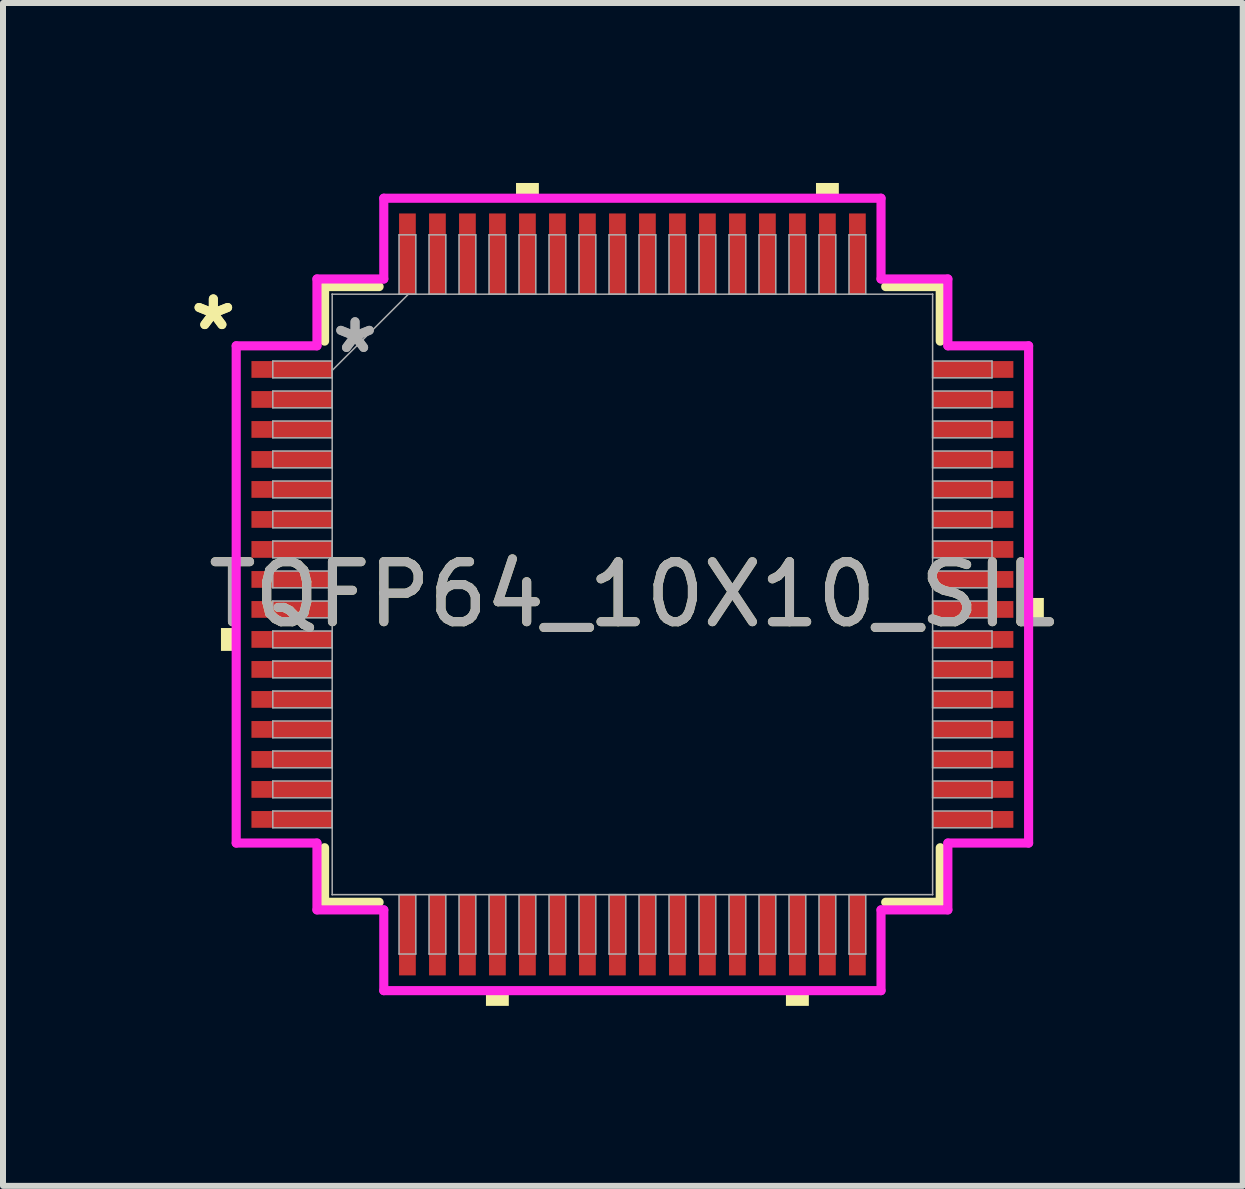
<source format=kicad_pcb>
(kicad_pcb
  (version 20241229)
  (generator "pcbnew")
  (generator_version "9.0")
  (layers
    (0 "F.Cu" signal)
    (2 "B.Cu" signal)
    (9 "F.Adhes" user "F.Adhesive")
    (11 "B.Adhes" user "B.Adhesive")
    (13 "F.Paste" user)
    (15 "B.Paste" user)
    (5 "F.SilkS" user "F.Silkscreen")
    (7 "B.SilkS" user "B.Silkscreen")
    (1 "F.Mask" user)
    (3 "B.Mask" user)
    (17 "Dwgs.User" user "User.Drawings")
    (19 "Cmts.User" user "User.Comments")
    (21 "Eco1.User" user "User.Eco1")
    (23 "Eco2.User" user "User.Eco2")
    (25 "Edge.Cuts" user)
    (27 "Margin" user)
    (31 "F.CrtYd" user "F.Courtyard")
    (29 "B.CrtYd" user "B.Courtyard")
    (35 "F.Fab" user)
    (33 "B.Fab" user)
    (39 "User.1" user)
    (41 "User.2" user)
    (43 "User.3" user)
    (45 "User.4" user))
  (footprint "TQFP64_10X10_SIL"
    (layer "F.Cu")
    (at 7.491 6.858)
    (property "Reference" "TQFP64_10X10_SIL" (at 0 0 0) (unlocked yes) (layer "F.SilkS") (effects (font (size 1 1) (thickness 0.15))))
    (attr smd)
    (fp_line (start -5.131 -5.131) (end -5.131 -4.222) (stroke (width 0.152) (type solid)) (layer "F.SilkS"))
    (fp_line (start -5.131 4.222) (end -5.131 5.131) (stroke (width 0.152) (type solid)) (layer "F.SilkS"))
    (fp_line (start -5.131 5.131) (end -4.222 5.131) (stroke (width 0.152) (type solid)) (layer "F.SilkS"))
    (fp_line (start -4.222 -5.131) (end -5.131 -5.131) (stroke (width 0.152) (type solid)) (layer "F.SilkS"))
    (fp_line (start 4.222 5.131) (end 5.131 5.131) (stroke (width 0.152) (type solid)) (layer "F.SilkS"))
    (fp_line (start 5.131 -5.131) (end 4.222 -5.131) (stroke (width 0.152) (type solid)) (layer "F.SilkS"))
    (fp_line (start 5.131 -4.222) (end 5.131 -5.131) (stroke (width 0.152) (type solid)) (layer "F.SilkS"))
    (fp_line (start 5.131 5.131) (end 5.131 4.222) (stroke (width 0.152) (type solid)) (layer "F.SilkS"))
    (fp_poly (pts (xy -6.858 0.56) (xy -6.858 0.941) (xy -6.604 0.941) (xy -6.604 0.56)) (stroke (width 0) (type solid)) (fill yes) (layer "F.SilkS"))
    (fp_poly (pts (xy -2.441 6.604) (xy -2.441 6.858) (xy -2.06 6.858) (xy -2.06 6.604)) (stroke (width 0) (type solid)) (fill yes) (layer "F.SilkS"))
    (fp_poly (pts (xy -1.94 -6.604) (xy -1.94 -6.858) (xy -1.559 -6.858) (xy -1.559 -6.604)) (stroke (width 0) (type solid)) (fill yes) (layer "F.SilkS"))
    (fp_poly (pts (xy 2.559 6.604) (xy 2.559 6.858) (xy 2.941 6.858) (xy 2.941 6.604)) (stroke (width 0) (type solid)) (fill yes) (layer "F.SilkS"))
    (fp_poly (pts (xy 3.06 -6.604) (xy 3.06 -6.858) (xy 3.441 -6.858) (xy 3.441 -6.604)) (stroke (width 0) (type solid)) (fill yes) (layer "F.SilkS"))
    (fp_poly (pts (xy 6.858 0.059) (xy 6.858 0.441) (xy 6.604 0.441) (xy 6.604 0.059)) (stroke (width 0) (type solid)) (fill yes) (layer "F.SilkS"))
    (fp_line (start -6.604 -4.144) (end -5.258 -4.144) (stroke (width 0.152) (type solid)) (layer "F.CrtYd"))
    (fp_line (start -6.604 4.144) (end -6.604 -4.144) (stroke (width 0.152) (type solid)) (layer "F.CrtYd"))
    (fp_line (start -5.258 -5.258) (end -4.144 -5.258) (stroke (width 0.152) (type solid)) (layer "F.CrtYd"))
    (fp_line (start -5.258 -4.144) (end -5.258 -5.258) (stroke (width 0.152) (type solid)) (layer "F.CrtYd"))
    (fp_line (start -5.258 4.144) (end -6.604 4.144) (stroke (width 0.152) (type solid)) (layer "F.CrtYd"))
    (fp_line (start -5.258 5.258) (end -5.258 4.144) (stroke (width 0.152) (type solid)) (layer "F.CrtYd"))
    (fp_line (start -5.258 5.258) (end -4.144 5.258) (stroke (width 0.152) (type solid)) (layer "F.CrtYd"))
    (fp_line (start -4.144 -6.604) (end 4.144 -6.604) (stroke (width 0.152) (type solid)) (layer "F.CrtYd"))
    (fp_line (start -4.144 -5.258) (end -4.144 -6.604) (stroke (width 0.152) (type solid)) (layer "F.CrtYd"))
    (fp_line (start -4.144 5.258) (end -4.144 6.604) (stroke (width 0.152) (type solid)) (layer "F.CrtYd"))
    (fp_line (start -4.144 6.604) (end 4.144 6.604) (stroke (width 0.152) (type solid)) (layer "F.CrtYd"))
    (fp_line (start 4.144 -6.604) (end 4.144 -5.258) (stroke (width 0.152) (type solid)) (layer "F.CrtYd"))
    (fp_line (start 4.144 -5.258) (end 5.258 -5.258) (stroke (width 0.152) (type solid)) (layer "F.CrtYd"))
    (fp_line (start 4.144 5.258) (end 5.258 5.258) (stroke (width 0.152) (type solid)) (layer "F.CrtYd"))
    (fp_line (start 4.144 6.604) (end 4.144 5.258) (stroke (width 0.152) (type solid)) (layer "F.CrtYd"))
    (fp_line (start 5.258 -4.144) (end 5.258 -5.258) (stroke (width 0.152) (type solid)) (layer "F.CrtYd"))
    (fp_line (start 5.258 4.144) (end 6.604 4.144) (stroke (width 0.152) (type solid)) (layer "F.CrtYd"))
    (fp_line (start 5.258 5.258) (end 5.258 4.144) (stroke (width 0.152) (type solid)) (layer "F.CrtYd"))
    (fp_line (start 6.604 -4.144) (end 5.258 -4.144) (stroke (width 0.152) (type solid)) (layer "F.CrtYd"))
    (fp_line (start 6.604 4.144) (end 6.604 -4.144) (stroke (width 0.152) (type solid)) (layer "F.CrtYd"))
    (fp_line (start -5.994 -3.89) (end -5.994 -3.61) (stroke (width 0.025) (type solid)) (layer "F.Fab"))
    (fp_line (start -5.994 -3.61) (end -5.004 -3.61) (stroke (width 0.025) (type solid)) (layer "F.Fab"))
    (fp_line (start -5.994 -3.39) (end -5.994 -3.11) (stroke (width 0.025) (type solid)) (layer "F.Fab"))
    (fp_line (start -5.994 -3.11) (end -5.004 -3.11) (stroke (width 0.025) (type solid)) (layer "F.Fab"))
    (fp_line (start -5.994 -2.89) (end -5.994 -2.61) (stroke (width 0.025) (type solid)) (layer "F.Fab"))
    (fp_line (start -5.994 -2.61) (end -5.004 -2.61) (stroke (width 0.025) (type solid)) (layer "F.Fab"))
    (fp_line (start -5.994 -2.39) (end -5.994 -2.11) (stroke (width 0.025) (type solid)) (layer "F.Fab"))
    (fp_line (start -5.994 -2.11) (end -5.004 -2.11) (stroke (width 0.025) (type solid)) (layer "F.Fab"))
    (fp_line (start -5.994 -1.89) (end -5.994 -1.61) (stroke (width 0.025) (type solid)) (layer "F.Fab"))
    (fp_line (start -5.994 -1.61) (end -5.004 -1.61) (stroke (width 0.025) (type solid)) (layer "F.Fab"))
    (fp_line (start -5.994 -1.39) (end -5.994 -1.11) (stroke (width 0.025) (type solid)) (layer "F.Fab"))
    (fp_line (start -5.994 -1.11) (end -5.004 -1.11) (stroke (width 0.025) (type solid)) (layer "F.Fab"))
    (fp_line (start -5.994 -0.89) (end -5.994 -0.61) (stroke (width 0.025) (type solid)) (layer "F.Fab"))
    (fp_line (start -5.994 -0.61) (end -5.004 -0.61) (stroke (width 0.025) (type solid)) (layer "F.Fab"))
    (fp_line (start -5.994 -0.39) (end -5.994 -0.11) (stroke (width 0.025) (type solid)) (layer "F.Fab"))
    (fp_line (start -5.994 -0.11) (end -5.004 -0.11) (stroke (width 0.025) (type solid)) (layer "F.Fab"))
    (fp_line (start -5.994 0.11) (end -5.994 0.39) (stroke (width 0.025) (type solid)) (layer "F.Fab"))
    (fp_line (start -5.994 0.39) (end -5.004 0.39) (stroke (width 0.025) (type solid)) (layer "F.Fab"))
    (fp_line (start -5.994 0.61) (end -5.994 0.89) (stroke (width 0.025) (type solid)) (layer "F.Fab"))
    (fp_line (start -5.994 0.89) (end -5.004 0.89) (stroke (width 0.025) (type solid)) (layer "F.Fab"))
    (fp_line (start -5.994 1.11) (end -5.994 1.39) (stroke (width 0.025) (type solid)) (layer "F.Fab"))
    (fp_line (start -5.994 1.39) (end -5.004 1.39) (stroke (width 0.025) (type solid)) (layer "F.Fab"))
    (fp_line (start -5.994 1.61) (end -5.994 1.89) (stroke (width 0.025) (type solid)) (layer "F.Fab"))
    (fp_line (start -5.994 1.89) (end -5.004 1.89) (stroke (width 0.025) (type solid)) (layer "F.Fab"))
    (fp_line (start -5.994 2.11) (end -5.994 2.39) (stroke (width 0.025) (type solid)) (layer "F.Fab"))
    (fp_line (start -5.994 2.39) (end -5.004 2.39) (stroke (width 0.025) (type solid)) (layer "F.Fab"))
    (fp_line (start -5.994 2.61) (end -5.994 2.89) (stroke (width 0.025) (type solid)) (layer "F.Fab"))
    (fp_line (start -5.994 2.89) (end -5.004 2.89) (stroke (width 0.025) (type solid)) (layer "F.Fab"))
    (fp_line (start -5.994 3.11) (end -5.994 3.39) (stroke (width 0.025) (type solid)) (layer "F.Fab"))
    (fp_line (start -5.994 3.39) (end -5.004 3.39) (stroke (width 0.025) (type solid)) (layer "F.Fab"))
    (fp_line (start -5.994 3.61) (end -5.994 3.89) (stroke (width 0.025) (type solid)) (layer "F.Fab"))
    (fp_line (start -5.994 3.89) (end -5.004 3.89) (stroke (width 0.025) (type solid)) (layer "F.Fab"))
    (fp_line (start -5.004 -5.004) (end -5.004 -5.004) (stroke (width 0.025) (type solid)) (layer "F.Fab"))
    (fp_line (start -5.004 -5.004) (end -5.004 5.004) (stroke (width 0.025) (type solid)) (layer "F.Fab"))
    (fp_line (start -5.004 -3.89) (end -5.994 -3.89) (stroke (width 0.025) (type solid)) (layer "F.Fab"))
    (fp_line (start -5.004 -3.734) (end -3.734 -5.004) (stroke (width 0.025) (type solid)) (layer "F.Fab"))
    (fp_line (start -5.004 -3.61) (end -5.004 -3.89) (stroke (width 0.025) (type solid)) (layer "F.Fab"))
    (fp_line (start -5.004 -3.39) (end -5.994 -3.39) (stroke (width 0.025) (type solid)) (layer "F.Fab"))
    (fp_line (start -5.004 -3.11) (end -5.004 -3.39) (stroke (width 0.025) (type solid)) (layer "F.Fab"))
    (fp_line (start -5.004 -2.89) (end -5.994 -2.89) (stroke (width 0.025) (type solid)) (layer "F.Fab"))
    (fp_line (start -5.004 -2.61) (end -5.004 -2.89) (stroke (width 0.025) (type solid)) (layer "F.Fab"))
    (fp_line (start -5.004 -2.39) (end -5.994 -2.39) (stroke (width 0.025) (type solid)) (layer "F.Fab"))
    (fp_line (start -5.004 -2.11) (end -5.004 -2.39) (stroke (width 0.025) (type solid)) (layer "F.Fab"))
    (fp_line (start -5.004 -1.89) (end -5.994 -1.89) (stroke (width 0.025) (type solid)) (layer "F.Fab"))
    (fp_line (start -5.004 -1.61) (end -5.004 -1.89) (stroke (width 0.025) (type solid)) (layer "F.Fab"))
    (fp_line (start -5.004 -1.39) (end -5.994 -1.39) (stroke (width 0.025) (type solid)) (layer "F.Fab"))
    (fp_line (start -5.004 -1.11) (end -5.004 -1.39) (stroke (width 0.025) (type solid)) (layer "F.Fab"))
    (fp_line (start -5.004 -0.89) (end -5.994 -0.89) (stroke (width 0.025) (type solid)) (layer "F.Fab"))
    (fp_line (start -5.004 -0.61) (end -5.004 -0.89) (stroke (width 0.025) (type solid)) (layer "F.Fab"))
    (fp_line (start -5.004 -0.39) (end -5.994 -0.39) (stroke (width 0.025) (type solid)) (layer "F.Fab"))
    (fp_line (start -5.004 -0.11) (end -5.004 -0.39) (stroke (width 0.025) (type solid)) (layer "F.Fab"))
    (fp_line (start -5.004 0.11) (end -5.994 0.11) (stroke (width 0.025) (type solid)) (layer "F.Fab"))
    (fp_line (start -5.004 0.39) (end -5.004 0.11) (stroke (width 0.025) (type solid)) (layer "F.Fab"))
    (fp_line (start -5.004 0.61) (end -5.994 0.61) (stroke (width 0.025) (type solid)) (layer "F.Fab"))
    (fp_line (start -5.004 0.89) (end -5.004 0.61) (stroke (width 0.025) (type solid)) (layer "F.Fab"))
    (fp_line (start -5.004 1.11) (end -5.994 1.11) (stroke (width 0.025) (type solid)) (layer "F.Fab"))
    (fp_line (start -5.004 1.39) (end -5.004 1.11) (stroke (width 0.025) (type solid)) (layer "F.Fab"))
    (fp_line (start -5.004 1.61) (end -5.994 1.61) (stroke (width 0.025) (type solid)) (layer "F.Fab"))
    (fp_line (start -5.004 1.89) (end -5.004 1.61) (stroke (width 0.025) (type solid)) (layer "F.Fab"))
    (fp_line (start -5.004 2.11) (end -5.994 2.11) (stroke (width 0.025) (type solid)) (layer "F.Fab"))
    (fp_line (start -5.004 2.39) (end -5.004 2.11) (stroke (width 0.025) (type solid)) (layer "F.Fab"))
    (fp_line (start -5.004 2.61) (end -5.994 2.61) (stroke (width 0.025) (type solid)) (layer "F.Fab"))
    (fp_line (start -5.004 2.89) (end -5.004 2.61) (stroke (width 0.025) (type solid)) (layer "F.Fab"))
    (fp_line (start -5.004 3.11) (end -5.994 3.11) (stroke (width 0.025) (type solid)) (layer "F.Fab"))
    (fp_line (start -5.004 3.39) (end -5.004 3.11) (stroke (width 0.025) (type solid)) (layer "F.Fab"))
    (fp_line (start -5.004 3.61) (end -5.994 3.61) (stroke (width 0.025) (type solid)) (layer "F.Fab"))
    (fp_line (start -5.004 3.89) (end -5.004 3.61) (stroke (width 0.025) (type solid)) (layer "F.Fab"))
    (fp_line (start -5.004 5.004) (end -5.004 5.004) (stroke (width 0.025) (type solid)) (layer "F.Fab"))
    (fp_line (start -5.004 5.004) (end 5.004 5.004) (stroke (width 0.025) (type solid)) (layer "F.Fab"))
    (fp_line (start -3.89 -5.994) (end -3.89 -5.004) (stroke (width 0.025) (type solid)) (layer "F.Fab"))
    (fp_line (start -3.89 -5.004) (end -3.61 -5.004) (stroke (width 0.025) (type solid)) (layer "F.Fab"))
    (fp_line (start -3.89 5.004) (end -3.89 5.994) (stroke (width 0.025) (type solid)) (layer "F.Fab"))
    (fp_line (start -3.89 5.994) (end -3.61 5.994) (stroke (width 0.025) (type solid)) (layer "F.Fab"))
    (fp_line (start -3.61 -5.994) (end -3.89 -5.994) (stroke (width 0.025) (type solid)) (layer "F.Fab"))
    (fp_line (start -3.61 -5.004) (end -3.61 -5.994) (stroke (width 0.025) (type solid)) (layer "F.Fab"))
    (fp_line (start -3.61 5.004) (end -3.89 5.004) (stroke (width 0.025) (type solid)) (layer "F.Fab"))
    (fp_line (start -3.61 5.994) (end -3.61 5.004) (stroke (width 0.025) (type solid)) (layer "F.Fab"))
    (fp_line (start -3.39 -5.994) (end -3.39 -5.004) (stroke (width 0.025) (type solid)) (layer "F.Fab"))
    (fp_line (start -3.39 -5.004) (end -3.11 -5.004) (stroke (width 0.025) (type solid)) (layer "F.Fab"))
    (fp_line (start -3.39 5.004) (end -3.39 5.994) (stroke (width 0.025) (type solid)) (layer "F.Fab"))
    (fp_line (start -3.39 5.994) (end -3.11 5.994) (stroke (width 0.025) (type solid)) (layer "F.Fab"))
    (fp_line (start -3.11 -5.994) (end -3.39 -5.994) (stroke (width 0.025) (type solid)) (layer "F.Fab"))
    (fp_line (start -3.11 -5.004) (end -3.11 -5.994) (stroke (width 0.025) (type solid)) (layer "F.Fab"))
    (fp_line (start -3.11 5.004) (end -3.39 5.004) (stroke (width 0.025) (type solid)) (layer "F.Fab"))
    (fp_line (start -3.11 5.994) (end -3.11 5.004) (stroke (width 0.025) (type solid)) (layer "F.Fab"))
    (fp_line (start -2.89 -5.994) (end -2.89 -5.004) (stroke (width 0.025) (type solid)) (layer "F.Fab"))
    (fp_line (start -2.89 -5.004) (end -2.61 -5.004) (stroke (width 0.025) (type solid)) (layer "F.Fab"))
    (fp_line (start -2.89 5.004) (end -2.89 5.994) (stroke (width 0.025) (type solid)) (layer "F.Fab"))
    (fp_line (start -2.89 5.994) (end -2.61 5.994) (stroke (width 0.025) (type solid)) (layer "F.Fab"))
    (fp_line (start -2.61 -5.994) (end -2.89 -5.994) (stroke (width 0.025) (type solid)) (layer "F.Fab"))
    (fp_line (start -2.61 -5.004) (end -2.61 -5.994) (stroke (width 0.025) (type solid)) (layer "F.Fab"))
    (fp_line (start -2.61 5.004) (end -2.89 5.004) (stroke (width 0.025) (type solid)) (layer "F.Fab"))
    (fp_line (start -2.61 5.994) (end -2.61 5.004) (stroke (width 0.025) (type solid)) (layer "F.Fab"))
    (fp_line (start -2.39 -5.994) (end -2.39 -5.004) (stroke (width 0.025) (type solid)) (layer "F.Fab"))
    (fp_line (start -2.39 -5.004) (end -2.11 -5.004) (stroke (width 0.025) (type solid)) (layer "F.Fab"))
    (fp_line (start -2.39 5.004) (end -2.39 5.994) (stroke (width 0.025) (type solid)) (layer "F.Fab"))
    (fp_line (start -2.39 5.994) (end -2.11 5.994) (stroke (width 0.025) (type solid)) (layer "F.Fab"))
    (fp_line (start -2.11 -5.994) (end -2.39 -5.994) (stroke (width 0.025) (type solid)) (layer "F.Fab"))
    (fp_line (start -2.11 -5.004) (end -2.11 -5.994) (stroke (width 0.025) (type solid)) (layer "F.Fab"))
    (fp_line (start -2.11 5.004) (end -2.39 5.004) (stroke (width 0.025) (type solid)) (layer "F.Fab"))
    (fp_line (start -2.11 5.994) (end -2.11 5.004) (stroke (width 0.025) (type solid)) (layer "F.Fab"))
    (fp_line (start -1.89 -5.994) (end -1.89 -5.004) (stroke (width 0.025) (type solid)) (layer "F.Fab"))
    (fp_line (start -1.89 -5.004) (end -1.61 -5.004) (stroke (width 0.025) (type solid)) (layer "F.Fab"))
    (fp_line (start -1.89 5.004) (end -1.89 5.994) (stroke (width 0.025) (type solid)) (layer "F.Fab"))
    (fp_line (start -1.89 5.994) (end -1.61 5.994) (stroke (width 0.025) (type solid)) (layer "F.Fab"))
    (fp_line (start -1.61 -5.994) (end -1.89 -5.994) (stroke (width 0.025) (type solid)) (layer "F.Fab"))
    (fp_line (start -1.61 -5.004) (end -1.61 -5.994) (stroke (width 0.025) (type solid)) (layer "F.Fab"))
    (fp_line (start -1.61 5.004) (end -1.89 5.004) (stroke (width 0.025) (type solid)) (layer "F.Fab"))
    (fp_line (start -1.61 5.994) (end -1.61 5.004) (stroke (width 0.025) (type solid)) (layer "F.Fab"))
    (fp_line (start -1.39 -5.994) (end -1.39 -5.004) (stroke (width 0.025) (type solid)) (layer "F.Fab"))
    (fp_line (start -1.39 -5.004) (end -1.11 -5.004) (stroke (width 0.025) (type solid)) (layer "F.Fab"))
    (fp_line (start -1.39 5.004) (end -1.39 5.994) (stroke (width 0.025) (type solid)) (layer "F.Fab"))
    (fp_line (start -1.39 5.994) (end -1.11 5.994) (stroke (width 0.025) (type solid)) (layer "F.Fab"))
    (fp_line (start -1.11 -5.994) (end -1.39 -5.994) (stroke (width 0.025) (type solid)) (layer "F.Fab"))
    (fp_line (start -1.11 -5.004) (end -1.11 -5.994) (stroke (width 0.025) (type solid)) (layer "F.Fab"))
    (fp_line (start -1.11 5.004) (end -1.39 5.004) (stroke (width 0.025) (type solid)) (layer "F.Fab"))
    (fp_line (start -1.11 5.994) (end -1.11 5.004) (stroke (width 0.025) (type solid)) (layer "F.Fab"))
    (fp_line (start -0.89 -5.994) (end -0.89 -5.004) (stroke (width 0.025) (type solid)) (layer "F.Fab"))
    (fp_line (start -0.89 -5.004) (end -0.61 -5.004) (stroke (width 0.025) (type solid)) (layer "F.Fab"))
    (fp_line (start -0.89 5.004) (end -0.89 5.994) (stroke (width 0.025) (type solid)) (layer "F.Fab"))
    (fp_line (start -0.89 5.994) (end -0.61 5.994) (stroke (width 0.025) (type solid)) (layer "F.Fab"))
    (fp_line (start -0.61 -5.994) (end -0.89 -5.994) (stroke (width 0.025) (type solid)) (layer "F.Fab"))
    (fp_line (start -0.61 -5.004) (end -0.61 -5.994) (stroke (width 0.025) (type solid)) (layer "F.Fab"))
    (fp_line (start -0.61 5.004) (end -0.89 5.004) (stroke (width 0.025) (type solid)) (layer "F.Fab"))
    (fp_line (start -0.61 5.994) (end -0.61 5.004) (stroke (width 0.025) (type solid)) (layer "F.Fab"))
    (fp_line (start -0.39 -5.994) (end -0.39 -5.004) (stroke (width 0.025) (type solid)) (layer "F.Fab"))
    (fp_line (start -0.39 -5.004) (end -0.11 -5.004) (stroke (width 0.025) (type solid)) (layer "F.Fab"))
    (fp_line (start -0.39 5.004) (end -0.39 5.994) (stroke (width 0.025) (type solid)) (layer "F.Fab"))
    (fp_line (start -0.39 5.994) (end -0.11 5.994) (stroke (width 0.025) (type solid)) (layer "F.Fab"))
    (fp_line (start -0.11 -5.994) (end -0.39 -5.994) (stroke (width 0.025) (type solid)) (layer "F.Fab"))
    (fp_line (start -0.11 -5.004) (end -0.11 -5.994) (stroke (width 0.025) (type solid)) (layer "F.Fab"))
    (fp_line (start -0.11 5.004) (end -0.39 5.004) (stroke (width 0.025) (type solid)) (layer "F.Fab"))
    (fp_line (start -0.11 5.994) (end -0.11 5.004) (stroke (width 0.025) (type solid)) (layer "F.Fab"))
    (fp_line (start 0.11 -5.994) (end 0.11 -5.004) (stroke (width 0.025) (type solid)) (layer "F.Fab"))
    (fp_line (start 0.11 -5.004) (end 0.39 -5.004) (stroke (width 0.025) (type solid)) (layer "F.Fab"))
    (fp_line (start 0.11 5.004) (end 0.11 5.994) (stroke (width 0.025) (type solid)) (layer "F.Fab"))
    (fp_line (start 0.11 5.994) (end 0.39 5.994) (stroke (width 0.025) (type solid)) (layer "F.Fab"))
    (fp_line (start 0.39 -5.994) (end 0.11 -5.994) (stroke (width 0.025) (type solid)) (layer "F.Fab"))
    (fp_line (start 0.39 -5.004) (end 0.39 -5.994) (stroke (width 0.025) (type solid)) (layer "F.Fab"))
    (fp_line (start 0.39 5.004) (end 0.11 5.004) (stroke (width 0.025) (type solid)) (layer "F.Fab"))
    (fp_line (start 0.39 5.994) (end 0.39 5.004) (stroke (width 0.025) (type solid)) (layer "F.Fab"))
    (fp_line (start 0.61 -5.994) (end 0.61 -5.004) (stroke (width 0.025) (type solid)) (layer "F.Fab"))
    (fp_line (start 0.61 -5.004) (end 0.89 -5.004) (stroke (width 0.025) (type solid)) (layer "F.Fab"))
    (fp_line (start 0.61 5.004) (end 0.61 5.994) (stroke (width 0.025) (type solid)) (layer "F.Fab"))
    (fp_line (start 0.61 5.994) (end 0.89 5.994) (stroke (width 0.025) (type solid)) (layer "F.Fab"))
    (fp_line (start 0.89 -5.994) (end 0.61 -5.994) (stroke (width 0.025) (type solid)) (layer "F.Fab"))
    (fp_line (start 0.89 -5.004) (end 0.89 -5.994) (stroke (width 0.025) (type solid)) (layer "F.Fab"))
    (fp_line (start 0.89 5.004) (end 0.61 5.004) (stroke (width 0.025) (type solid)) (layer "F.Fab"))
    (fp_line (start 0.89 5.994) (end 0.89 5.004) (stroke (width 0.025) (type solid)) (layer "F.Fab"))
    (fp_line (start 1.11 -5.994) (end 1.11 -5.004) (stroke (width 0.025) (type solid)) (layer "F.Fab"))
    (fp_line (start 1.11 -5.004) (end 1.39 -5.004) (stroke (width 0.025) (type solid)) (layer "F.Fab"))
    (fp_line (start 1.11 5.004) (end 1.11 5.994) (stroke (width 0.025) (type solid)) (layer "F.Fab"))
    (fp_line (start 1.11 5.994) (end 1.39 5.994) (stroke (width 0.025) (type solid)) (layer "F.Fab"))
    (fp_line (start 1.39 -5.994) (end 1.11 -5.994) (stroke (width 0.025) (type solid)) (layer "F.Fab"))
    (fp_line (start 1.39 -5.004) (end 1.39 -5.994) (stroke (width 0.025) (type solid)) (layer "F.Fab"))
    (fp_line (start 1.39 5.004) (end 1.11 5.004) (stroke (width 0.025) (type solid)) (layer "F.Fab"))
    (fp_line (start 1.39 5.994) (end 1.39 5.004) (stroke (width 0.025) (type solid)) (layer "F.Fab"))
    (fp_line (start 1.61 -5.994) (end 1.61 -5.004) (stroke (width 0.025) (type solid)) (layer "F.Fab"))
    (fp_line (start 1.61 -5.004) (end 1.89 -5.004) (stroke (width 0.025) (type solid)) (layer "F.Fab"))
    (fp_line (start 1.61 5.004) (end 1.61 5.994) (stroke (width 0.025) (type solid)) (layer "F.Fab"))
    (fp_line (start 1.61 5.994) (end 1.89 5.994) (stroke (width 0.025) (type solid)) (layer "F.Fab"))
    (fp_line (start 1.89 -5.994) (end 1.61 -5.994) (stroke (width 0.025) (type solid)) (layer "F.Fab"))
    (fp_line (start 1.89 -5.004) (end 1.89 -5.994) (stroke (width 0.025) (type solid)) (layer "F.Fab"))
    (fp_line (start 1.89 5.004) (end 1.61 5.004) (stroke (width 0.025) (type solid)) (layer "F.Fab"))
    (fp_line (start 1.89 5.994) (end 1.89 5.004) (stroke (width 0.025) (type solid)) (layer "F.Fab"))
    (fp_line (start 2.11 -5.994) (end 2.11 -5.004) (stroke (width 0.025) (type solid)) (layer "F.Fab"))
    (fp_line (start 2.11 -5.004) (end 2.39 -5.004) (stroke (width 0.025) (type solid)) (layer "F.Fab"))
    (fp_line (start 2.11 5.004) (end 2.11 5.994) (stroke (width 0.025) (type solid)) (layer "F.Fab"))
    (fp_line (start 2.11 5.994) (end 2.39 5.994) (stroke (width 0.025) (type solid)) (layer "F.Fab"))
    (fp_line (start 2.39 -5.994) (end 2.11 -5.994) (stroke (width 0.025) (type solid)) (layer "F.Fab"))
    (fp_line (start 2.39 -5.004) (end 2.39 -5.994) (stroke (width 0.025) (type solid)) (layer "F.Fab"))
    (fp_line (start 2.39 5.004) (end 2.11 5.004) (stroke (width 0.025) (type solid)) (layer "F.Fab"))
    (fp_line (start 2.39 5.994) (end 2.39 5.004) (stroke (width 0.025) (type solid)) (layer "F.Fab"))
    (fp_line (start 2.61 -5.994) (end 2.61 -5.004) (stroke (width 0.025) (type solid)) (layer "F.Fab"))
    (fp_line (start 2.61 -5.004) (end 2.89 -5.004) (stroke (width 0.025) (type solid)) (layer "F.Fab"))
    (fp_line (start 2.61 5.004) (end 2.61 5.994) (stroke (width 0.025) (type solid)) (layer "F.Fab"))
    (fp_line (start 2.61 5.994) (end 2.89 5.994) (stroke (width 0.025) (type solid)) (layer "F.Fab"))
    (fp_line (start 2.89 -5.994) (end 2.61 -5.994) (stroke (width 0.025) (type solid)) (layer "F.Fab"))
    (fp_line (start 2.89 -5.004) (end 2.89 -5.994) (stroke (width 0.025) (type solid)) (layer "F.Fab"))
    (fp_line (start 2.89 5.004) (end 2.61 5.004) (stroke (width 0.025) (type solid)) (layer "F.Fab"))
    (fp_line (start 2.89 5.994) (end 2.89 5.004) (stroke (width 0.025) (type solid)) (layer "F.Fab"))
    (fp_line (start 3.11 -5.994) (end 3.11 -5.004) (stroke (width 0.025) (type solid)) (layer "F.Fab"))
    (fp_line (start 3.11 -5.004) (end 3.39 -5.004) (stroke (width 0.025) (type solid)) (layer "F.Fab"))
    (fp_line (start 3.11 5.004) (end 3.11 5.994) (stroke (width 0.025) (type solid)) (layer "F.Fab"))
    (fp_line (start 3.11 5.994) (end 3.39 5.994) (stroke (width 0.025) (type solid)) (layer "F.Fab"))
    (fp_line (start 3.39 -5.994) (end 3.11 -5.994) (stroke (width 0.025) (type solid)) (layer "F.Fab"))
    (fp_line (start 3.39 -5.004) (end 3.39 -5.994) (stroke (width 0.025) (type solid)) (layer "F.Fab"))
    (fp_line (start 3.39 5.004) (end 3.11 5.004) (stroke (width 0.025) (type solid)) (layer "F.Fab"))
    (fp_line (start 3.39 5.994) (end 3.39 5.004) (stroke (width 0.025) (type solid)) (layer "F.Fab"))
    (fp_line (start 3.61 -5.994) (end 3.61 -5.004) (stroke (width 0.025) (type solid)) (layer "F.Fab"))
    (fp_line (start 3.61 -5.004) (end 3.89 -5.004) (stroke (width 0.025) (type solid)) (layer "F.Fab"))
    (fp_line (start 3.61 5.004) (end 3.61 5.994) (stroke (width 0.025) (type solid)) (layer "F.Fab"))
    (fp_line (start 3.61 5.994) (end 3.89 5.994) (stroke (width 0.025) (type solid)) (layer "F.Fab"))
    (fp_line (start 3.89 -5.994) (end 3.61 -5.994) (stroke (width 0.025) (type solid)) (layer "F.Fab"))
    (fp_line (start 3.89 -5.004) (end 3.89 -5.994) (stroke (width 0.025) (type solid)) (layer "F.Fab"))
    (fp_line (start 3.89 5.004) (end 3.61 5.004) (stroke (width 0.025) (type solid)) (layer "F.Fab"))
    (fp_line (start 3.89 5.994) (end 3.89 5.004) (stroke (width 0.025) (type solid)) (layer "F.Fab"))
    (fp_line (start 5.004 -5.004) (end -5.004 -5.004) (stroke (width 0.025) (type solid)) (layer "F.Fab"))
    (fp_line (start 5.004 -5.004) (end 5.004 -5.004) (stroke (width 0.025) (type solid)) (layer "F.Fab"))
    (fp_line (start 5.004 -3.89) (end 5.004 -3.61) (stroke (width 0.025) (type solid)) (layer "F.Fab"))
    (fp_line (start 5.004 -3.61) (end 5.994 -3.61) (stroke (width 0.025) (type solid)) (layer "F.Fab"))
    (fp_line (start 5.004 -3.39) (end 5.004 -3.11) (stroke (width 0.025) (type solid)) (layer "F.Fab"))
    (fp_line (start 5.004 -3.11) (end 5.994 -3.11) (stroke (width 0.025) (type solid)) (layer "F.Fab"))
    (fp_line (start 5.004 -2.89) (end 5.004 -2.61) (stroke (width 0.025) (type solid)) (layer "F.Fab"))
    (fp_line (start 5.004 -2.61) (end 5.994 -2.61) (stroke (width 0.025) (type solid)) (layer "F.Fab"))
    (fp_line (start 5.004 -2.39) (end 5.004 -2.11) (stroke (width 0.025) (type solid)) (layer "F.Fab"))
    (fp_line (start 5.004 -2.11) (end 5.994 -2.11) (stroke (width 0.025) (type solid)) (layer "F.Fab"))
    (fp_line (start 5.004 -1.89) (end 5.004 -1.61) (stroke (width 0.025) (type solid)) (layer "F.Fab"))
    (fp_line (start 5.004 -1.61) (end 5.994 -1.61) (stroke (width 0.025) (type solid)) (layer "F.Fab"))
    (fp_line (start 5.004 -1.39) (end 5.004 -1.11) (stroke (width 0.025) (type solid)) (layer "F.Fab"))
    (fp_line (start 5.004 -1.11) (end 5.994 -1.11) (stroke (width 0.025) (type solid)) (layer "F.Fab"))
    (fp_line (start 5.004 -0.89) (end 5.004 -0.61) (stroke (width 0.025) (type solid)) (layer "F.Fab"))
    (fp_line (start 5.004 -0.61) (end 5.994 -0.61) (stroke (width 0.025) (type solid)) (layer "F.Fab"))
    (fp_line (start 5.004 -0.39) (end 5.004 -0.11) (stroke (width 0.025) (type solid)) (layer "F.Fab"))
    (fp_line (start 5.004 -0.11) (end 5.994 -0.11) (stroke (width 0.025) (type solid)) (layer "F.Fab"))
    (fp_line (start 5.004 0.11) (end 5.004 0.39) (stroke (width 0.025) (type solid)) (layer "F.Fab"))
    (fp_line (start 5.004 0.39) (end 5.994 0.39) (stroke (width 0.025) (type solid)) (layer "F.Fab"))
    (fp_line (start 5.004 0.61) (end 5.004 0.89) (stroke (width 0.025) (type solid)) (layer "F.Fab"))
    (fp_line (start 5.004 0.89) (end 5.994 0.89) (stroke (width 0.025) (type solid)) (layer "F.Fab"))
    (fp_line (start 5.004 1.11) (end 5.004 1.39) (stroke (width 0.025) (type solid)) (layer "F.Fab"))
    (fp_line (start 5.004 1.39) (end 5.994 1.39) (stroke (width 0.025) (type solid)) (layer "F.Fab"))
    (fp_line (start 5.004 1.61) (end 5.004 1.89) (stroke (width 0.025) (type solid)) (layer "F.Fab"))
    (fp_line (start 5.004 1.89) (end 5.994 1.89) (stroke (width 0.025) (type solid)) (layer "F.Fab"))
    (fp_line (start 5.004 2.11) (end 5.004 2.39) (stroke (width 0.025) (type solid)) (layer "F.Fab"))
    (fp_line (start 5.004 2.39) (end 5.994 2.39) (stroke (width 0.025) (type solid)) (layer "F.Fab"))
    (fp_line (start 5.004 2.61) (end 5.004 2.89) (stroke (width 0.025) (type solid)) (layer "F.Fab"))
    (fp_line (start 5.004 2.89) (end 5.994 2.89) (stroke (width 0.025) (type solid)) (layer "F.Fab"))
    (fp_line (start 5.004 3.11) (end 5.004 3.39) (stroke (width 0.025) (type solid)) (layer "F.Fab"))
    (fp_line (start 5.004 3.39) (end 5.994 3.39) (stroke (width 0.025) (type solid)) (layer "F.Fab"))
    (fp_line (start 5.004 3.61) (end 5.004 3.89) (stroke (width 0.025) (type solid)) (layer "F.Fab"))
    (fp_line (start 5.004 3.89) (end 5.994 3.89) (stroke (width 0.025) (type solid)) (layer "F.Fab"))
    (fp_line (start 5.004 5.004) (end 5.004 -5.004) (stroke (width 0.025) (type solid)) (layer "F.Fab"))
    (fp_line (start 5.004 5.004) (end 5.004 5.004) (stroke (width 0.025) (type solid)) (layer "F.Fab"))
    (fp_line (start 5.994 -3.89) (end 5.004 -3.89) (stroke (width 0.025) (type solid)) (layer "F.Fab"))
    (fp_line (start 5.994 -3.61) (end 5.994 -3.89) (stroke (width 0.025) (type solid)) (layer "F.Fab"))
    (fp_line (start 5.994 -3.39) (end 5.004 -3.39) (stroke (width 0.025) (type solid)) (layer "F.Fab"))
    (fp_line (start 5.994 -3.11) (end 5.994 -3.39) (stroke (width 0.025) (type solid)) (layer "F.Fab"))
    (fp_line (start 5.994 -2.89) (end 5.004 -2.89) (stroke (width 0.025) (type solid)) (layer "F.Fab"))
    (fp_line (start 5.994 -2.61) (end 5.994 -2.89) (stroke (width 0.025) (type solid)) (layer "F.Fab"))
    (fp_line (start 5.994 -2.39) (end 5.004 -2.39) (stroke (width 0.025) (type solid)) (layer "F.Fab"))
    (fp_line (start 5.994 -2.11) (end 5.994 -2.39) (stroke (width 0.025) (type solid)) (layer "F.Fab"))
    (fp_line (start 5.994 -1.89) (end 5.004 -1.89) (stroke (width 0.025) (type solid)) (layer "F.Fab"))
    (fp_line (start 5.994 -1.61) (end 5.994 -1.89) (stroke (width 0.025) (type solid)) (layer "F.Fab"))
    (fp_line (start 5.994 -1.39) (end 5.004 -1.39) (stroke (width 0.025) (type solid)) (layer "F.Fab"))
    (fp_line (start 5.994 -1.11) (end 5.994 -1.39) (stroke (width 0.025) (type solid)) (layer "F.Fab"))
    (fp_line (start 5.994 -0.89) (end 5.004 -0.89) (stroke (width 0.025) (type solid)) (layer "F.Fab"))
    (fp_line (start 5.994 -0.61) (end 5.994 -0.89) (stroke (width 0.025) (type solid)) (layer "F.Fab"))
    (fp_line (start 5.994 -0.39) (end 5.004 -0.39) (stroke (width 0.025) (type solid)) (layer "F.Fab"))
    (fp_line (start 5.994 -0.11) (end 5.994 -0.39) (stroke (width 0.025) (type solid)) (layer "F.Fab"))
    (fp_line (start 5.994 0.11) (end 5.004 0.11) (stroke (width 0.025) (type solid)) (layer "F.Fab"))
    (fp_line (start 5.994 0.39) (end 5.994 0.11) (stroke (width 0.025) (type solid)) (layer "F.Fab"))
    (fp_line (start 5.994 0.61) (end 5.004 0.61) (stroke (width 0.025) (type solid)) (layer "F.Fab"))
    (fp_line (start 5.994 0.89) (end 5.994 0.61) (stroke (width 0.025) (type solid)) (layer "F.Fab"))
    (fp_line (start 5.994 1.11) (end 5.004 1.11) (stroke (width 0.025) (type solid)) (layer "F.Fab"))
    (fp_line (start 5.994 1.39) (end 5.994 1.11) (stroke (width 0.025) (type solid)) (layer "F.Fab"))
    (fp_line (start 5.994 1.61) (end 5.004 1.61) (stroke (width 0.025) (type solid)) (layer "F.Fab"))
    (fp_line (start 5.994 1.89) (end 5.994 1.61) (stroke (width 0.025) (type solid)) (layer "F.Fab"))
    (fp_line (start 5.994 2.11) (end 5.004 2.11) (stroke (width 0.025) (type solid)) (layer "F.Fab"))
    (fp_line (start 5.994 2.39) (end 5.994 2.11) (stroke (width 0.025) (type solid)) (layer "F.Fab"))
    (fp_line (start 5.994 2.61) (end 5.004 2.61) (stroke (width 0.025) (type solid)) (layer "F.Fab"))
    (fp_line (start 5.994 2.89) (end 5.994 2.61) (stroke (width 0.025) (type solid)) (layer "F.Fab"))
    (fp_line (start 5.994 3.11) (end 5.004 3.11) (stroke (width 0.025) (type solid)) (layer "F.Fab"))
    (fp_line (start 5.994 3.39) (end 5.994 3.11) (stroke (width 0.025) (type solid)) (layer "F.Fab"))
    (fp_line (start 5.994 3.61) (end 5.004 3.61) (stroke (width 0.025) (type solid)) (layer "F.Fab"))
    (fp_line (start 5.994 3.89) (end 5.994 3.61) (stroke (width 0.025) (type solid)) (layer "F.Fab"))
    (fp_text user "*" (at -6.985 -4.381 0) (unlocked yes) (layer "F.SilkS") (effects (font (size 1 1) (thickness 0.15))))
    (fp_text user "*" (at -6.985 -4.381 0) (layer "F.SilkS") (effects (font (size 1 1) (thickness 0.15))))
    (fp_text user "*" (at -4.623 -4 0) (layer "F.Fab") (effects (font (size 1 1) (thickness 0.15))))
    (fp_text user "*" (at -4.623 -4 0) (unlocked yes) (layer "F.Fab") (effects (font (size 1 1) (thickness 0.15))))
    (fp_text user "${REFERENCE}" (at 0 0 0) (unlocked yes) (layer "F.Fab") (effects (font (size 1 1) (thickness 0.15))))
    (pad "1" smd rect (at -5.677 -3.75 90) (size 0.279 1.346) (layers "F.Cu" "F.Mask" "F.Paste"))
    (pad "2" smd rect (at -5.677 -3.25 90) (size 0.279 1.346) (layers "F.Cu" "F.Mask" "F.Paste"))
    (pad "3" smd rect (at -5.677 -2.75 90) (size 0.279 1.346) (layers "F.Cu" "F.Mask" "F.Paste"))
    (pad "4" smd rect (at -5.677 -2.25 90) (size 0.279 1.346) (layers "F.Cu" "F.Mask" "F.Paste"))
    (pad "5" smd rect (at -5.677 -1.75 90) (size 0.279 1.346) (layers "F.Cu" "F.Mask" "F.Paste"))
    (pad "6" smd rect (at -5.677 -1.25 90) (size 0.279 1.346) (layers "F.Cu" "F.Mask" "F.Paste"))
    (pad "7" smd rect (at -5.677 -0.75 90) (size 0.279 1.346) (layers "F.Cu" "F.Mask" "F.Paste"))
    (pad "8" smd rect (at -5.677 -0.25 90) (size 0.279 1.346) (layers "F.Cu" "F.Mask" "F.Paste"))
    (pad "9" smd rect (at -5.677 0.25 90) (size 0.279 1.346) (layers "F.Cu" "F.Mask" "F.Paste"))
    (pad "10" smd rect (at -5.677 0.75 90) (size 0.279 1.346) (layers "F.Cu" "F.Mask" "F.Paste"))
    (pad "11" smd rect (at -5.677 1.25 90) (size 0.279 1.346) (layers "F.Cu" "F.Mask" "F.Paste"))
    (pad "12" smd rect (at -5.677 1.75 90) (size 0.279 1.346) (layers "F.Cu" "F.Mask" "F.Paste"))
    (pad "13" smd rect (at -5.677 2.25 90) (size 0.279 1.346) (layers "F.Cu" "F.Mask" "F.Paste"))
    (pad "14" smd rect (at -5.677 2.75 90) (size 0.279 1.346) (layers "F.Cu" "F.Mask" "F.Paste"))
    (pad "15" smd rect (at -5.677 3.25 90) (size 0.279 1.346) (layers "F.Cu" "F.Mask" "F.Paste"))
    (pad "16" smd rect (at -5.677 3.75 90) (size 0.279 1.346) (layers "F.Cu" "F.Mask" "F.Paste"))
    (pad "17" smd rect (at -3.75 5.677) (size 0.279 1.346) (layers "F.Cu" "F.Mask" "F.Paste"))
    (pad "18" smd rect (at -3.25 5.677) (size 0.279 1.346) (layers "F.Cu" "F.Mask" "F.Paste"))
    (pad "19" smd rect (at -2.75 5.677) (size 0.279 1.346) (layers "F.Cu" "F.Mask" "F.Paste"))
    (pad "20" smd rect (at -2.25 5.677) (size 0.279 1.346) (layers "F.Cu" "F.Mask" "F.Paste"))
    (pad "21" smd rect (at -1.75 5.677) (size 0.279 1.346) (layers "F.Cu" "F.Mask" "F.Paste"))
    (pad "22" smd rect (at -1.25 5.677) (size 0.279 1.346) (layers "F.Cu" "F.Mask" "F.Paste"))
    (pad "23" smd rect (at -0.75 5.677) (size 0.279 1.346) (layers "F.Cu" "F.Mask" "F.Paste"))
    (pad "24" smd rect (at -0.25 5.677) (size 0.279 1.346) (layers "F.Cu" "F.Mask" "F.Paste"))
    (pad "25" smd rect (at 0.25 5.677) (size 0.279 1.346) (layers "F.Cu" "F.Mask" "F.Paste"))
    (pad "26" smd rect (at 0.75 5.677) (size 0.279 1.346) (layers "F.Cu" "F.Mask" "F.Paste"))
    (pad "27" smd rect (at 1.25 5.677) (size 0.279 1.346) (layers "F.Cu" "F.Mask" "F.Paste"))
    (pad "28" smd rect (at 1.75 5.677) (size 0.279 1.346) (layers "F.Cu" "F.Mask" "F.Paste"))
    (pad "29" smd rect (at 2.25 5.677) (size 0.279 1.346) (layers "F.Cu" "F.Mask" "F.Paste"))
    (pad "30" smd rect (at 2.75 5.677) (size 0.279 1.346) (layers "F.Cu" "F.Mask" "F.Paste"))
    (pad "31" smd rect (at 3.25 5.677) (size 0.279 1.346) (layers "F.Cu" "F.Mask" "F.Paste"))
    (pad "32" smd rect (at 3.75 5.677) (size 0.279 1.346) (layers "F.Cu" "F.Mask" "F.Paste"))
    (pad "33" smd rect (at 5.677 3.75 90) (size 0.279 1.346) (layers "F.Cu" "F.Mask" "F.Paste"))
    (pad "34" smd rect (at 5.677 3.25 90) (size 0.279 1.346) (layers "F.Cu" "F.Mask" "F.Paste"))
    (pad "35" smd rect (at 5.677 2.75 90) (size 0.279 1.346) (layers "F.Cu" "F.Mask" "F.Paste"))
    (pad "36" smd rect (at 5.677 2.25 90) (size 0.279 1.346) (layers "F.Cu" "F.Mask" "F.Paste"))
    (pad "37" smd rect (at 5.677 1.75 90) (size 0.279 1.346) (layers "F.Cu" "F.Mask" "F.Paste"))
    (pad "38" smd rect (at 5.677 1.25 90) (size 0.279 1.346) (layers "F.Cu" "F.Mask" "F.Paste"))
    (pad "39" smd rect (at 5.677 0.75 90) (size 0.279 1.346) (layers "F.Cu" "F.Mask" "F.Paste"))
    (pad "40" smd rect (at 5.677 0.25 90) (size 0.279 1.346) (layers "F.Cu" "F.Mask" "F.Paste"))
    (pad "41" smd rect (at 5.677 -0.25 90) (size 0.279 1.346) (layers "F.Cu" "F.Mask" "F.Paste"))
    (pad "42" smd rect (at 5.677 -0.75 90) (size 0.279 1.346) (layers "F.Cu" "F.Mask" "F.Paste"))
    (pad "43" smd rect (at 5.677 -1.25 90) (size 0.279 1.346) (layers "F.Cu" "F.Mask" "F.Paste"))
    (pad "44" smd rect (at 5.677 -1.75 90) (size 0.279 1.346) (layers "F.Cu" "F.Mask" "F.Paste"))
    (pad "45" smd rect (at 5.677 -2.25 90) (size 0.279 1.346) (layers "F.Cu" "F.Mask" "F.Paste"))
    (pad "46" smd rect (at 5.677 -2.75 90) (size 0.279 1.346) (layers "F.Cu" "F.Mask" "F.Paste"))
    (pad "47" smd rect (at 5.677 -3.25 90) (size 0.279 1.346) (layers "F.Cu" "F.Mask" "F.Paste"))
    (pad "48" smd rect (at 5.677 -3.75 90) (size 0.279 1.346) (layers "F.Cu" "F.Mask" "F.Paste"))
    (pad "49" smd rect (at 3.75 -5.677) (size 0.279 1.346) (layers "F.Cu" "F.Mask" "F.Paste"))
    (pad "50" smd rect (at 3.25 -5.677) (size 0.279 1.346) (layers "F.Cu" "F.Mask" "F.Paste"))
    (pad "51" smd rect (at 2.75 -5.677) (size 0.279 1.346) (layers "F.Cu" "F.Mask" "F.Paste"))
    (pad "52" smd rect (at 2.25 -5.677) (size 0.279 1.346) (layers "F.Cu" "F.Mask" "F.Paste"))
    (pad "53" smd rect (at 1.75 -5.677) (size 0.279 1.346) (layers "F.Cu" "F.Mask" "F.Paste"))
    (pad "54" smd rect (at 1.25 -5.677) (size 0.279 1.346) (layers "F.Cu" "F.Mask" "F.Paste"))
    (pad "55" smd rect (at 0.75 -5.677) (size 0.279 1.346) (layers "F.Cu" "F.Mask" "F.Paste"))
    (pad "56" smd rect (at 0.25 -5.677) (size 0.279 1.346) (layers "F.Cu" "F.Mask" "F.Paste"))
    (pad "57" smd rect (at -0.25 -5.677) (size 0.279 1.346) (layers "F.Cu" "F.Mask" "F.Paste"))
    (pad "58" smd rect (at -0.75 -5.677) (size 0.279 1.346) (layers "F.Cu" "F.Mask" "F.Paste"))
    (pad "59" smd rect (at -1.25 -5.677) (size 0.279 1.346) (layers "F.Cu" "F.Mask" "F.Paste"))
    (pad "60" smd rect (at -1.75 -5.677) (size 0.279 1.346) (layers "F.Cu" "F.Mask" "F.Paste"))
    (pad "61" smd rect (at -2.25 -5.677) (size 0.279 1.346) (layers "F.Cu" "F.Mask" "F.Paste"))
    (pad "62" smd rect (at -2.75 -5.677) (size 0.279 1.346) (layers "F.Cu" "F.Mask" "F.Paste"))
    (pad "63" smd rect (at -3.25 -5.677) (size 0.279 1.346) (layers "F.Cu" "F.Mask" "F.Paste"))
    (pad "64" smd rect (at -3.75 -5.677) (size 0.279 1.346) (layers "F.Cu" "F.Mask" "F.Paste")))
  (gr_rect
    (start -3 -3)
    (end 17.664 16.716)
    (stroke (width 0.1) (type default))
    (fill no)
    (layer "Edge.Cuts")))
</source>
